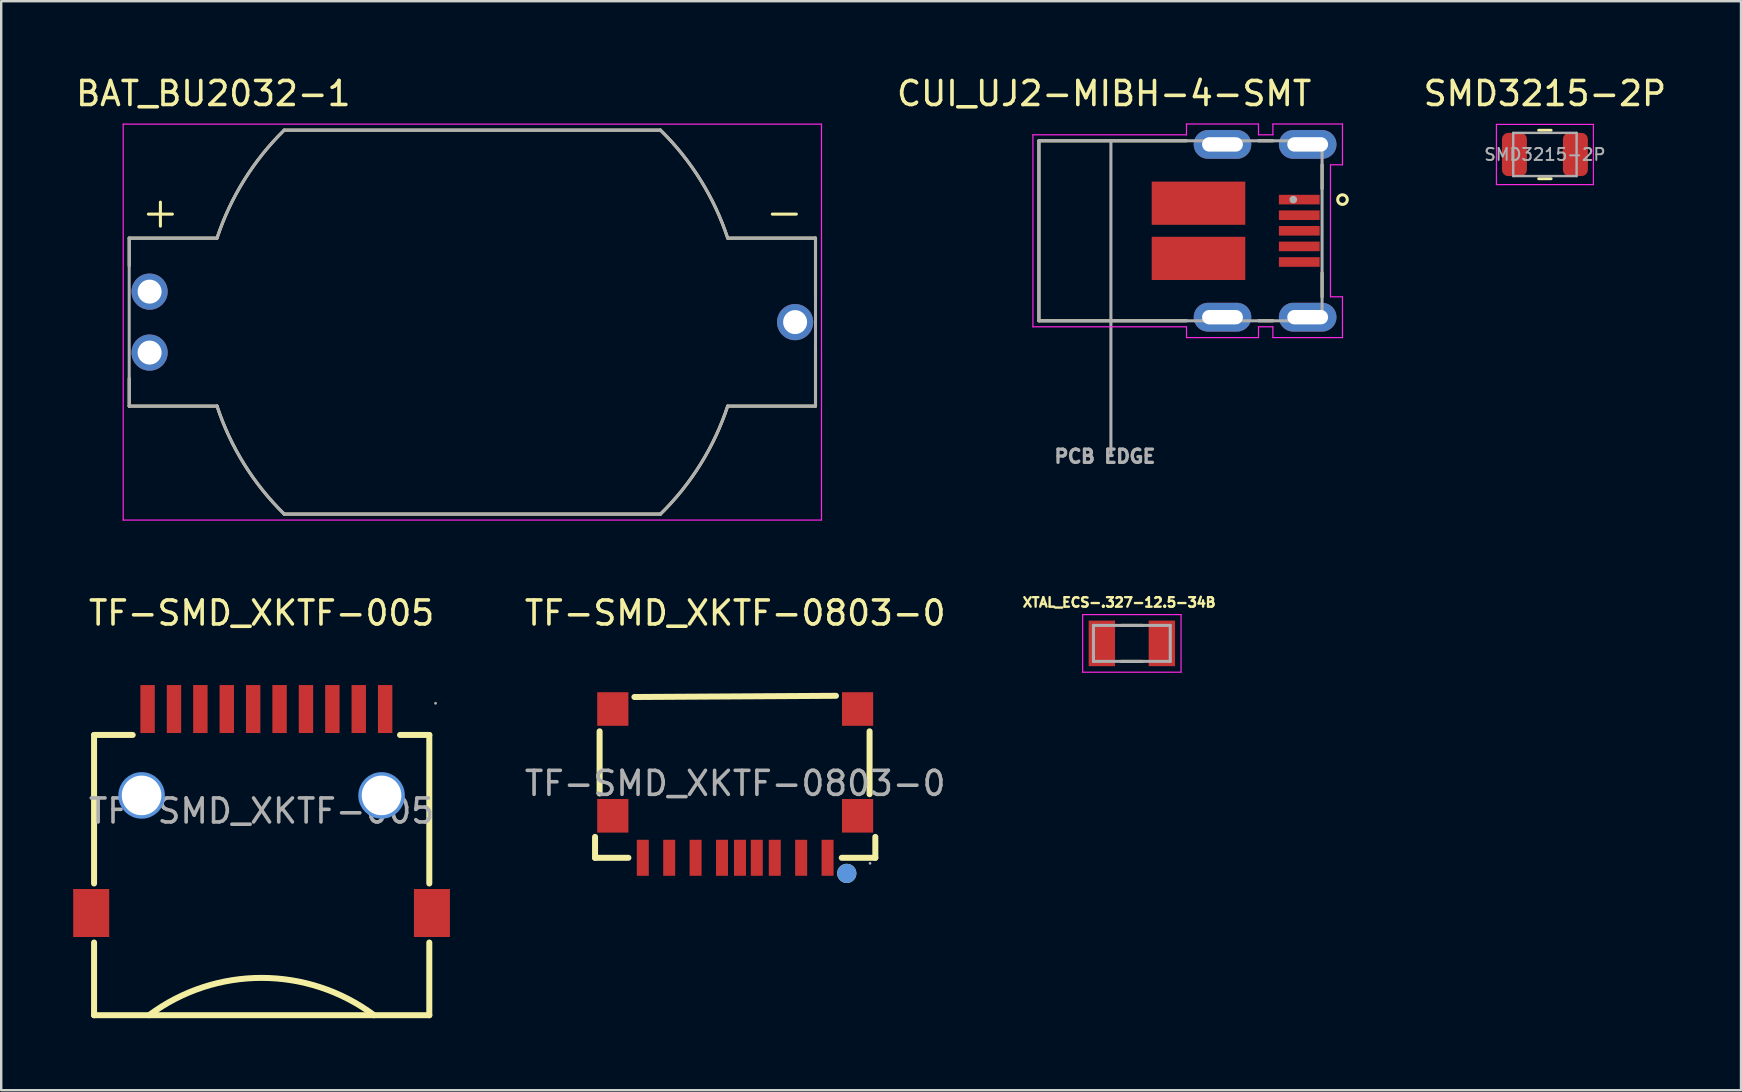
<source format=kicad_pcb>
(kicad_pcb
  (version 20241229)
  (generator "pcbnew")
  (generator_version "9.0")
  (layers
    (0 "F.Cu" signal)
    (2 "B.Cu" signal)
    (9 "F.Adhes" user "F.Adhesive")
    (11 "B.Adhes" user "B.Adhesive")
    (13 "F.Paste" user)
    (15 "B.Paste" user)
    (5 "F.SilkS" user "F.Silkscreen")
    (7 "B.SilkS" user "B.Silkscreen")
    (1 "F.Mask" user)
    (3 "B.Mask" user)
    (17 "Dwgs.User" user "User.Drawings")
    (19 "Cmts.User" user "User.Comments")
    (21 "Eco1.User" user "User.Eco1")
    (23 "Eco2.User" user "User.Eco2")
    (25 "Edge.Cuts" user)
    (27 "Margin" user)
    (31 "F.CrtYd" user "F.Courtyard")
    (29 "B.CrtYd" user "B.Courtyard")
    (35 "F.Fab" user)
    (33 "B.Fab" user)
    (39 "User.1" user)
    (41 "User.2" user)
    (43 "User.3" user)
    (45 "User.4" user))
  (footprint "SMD3215-2P"
    (layer "F.Cu")
    (at 61.33 3.388)
    (property "Reference" "SMD3215-2P" (at 0 -2.54 0) (layer "F.SilkS") (effects (font (size 1 1) (thickness 0.15))))
    (attr smd)
    (fp_line (start -0.261 -1.01) (end 0.261 -1.01) (stroke (width 0.12) (type solid)) (layer "F.SilkS"))
    (fp_line (start -0.261 1.01) (end 0.261 1.01) (stroke (width 0.12) (type solid)) (layer "F.SilkS"))
    (fp_line (start -2.02 -1.255) (end 2.02 -1.255) (stroke (width 0.05) (type solid)) (layer "F.CrtYd"))
    (fp_line (start -2.02 1.255) (end -2.02 -1.255) (stroke (width 0.05) (type solid)) (layer "F.CrtYd"))
    (fp_line (start 2.02 -1.255) (end 2.02 1.255) (stroke (width 0.05) (type solid)) (layer "F.CrtYd"))
    (fp_line (start 2.02 1.255) (end -2.02 1.255) (stroke (width 0.05) (type solid)) (layer "F.CrtYd"))
    (fp_line (start -1.32 -0.9) (end 1.32 -0.9) (stroke (width 0.1) (type solid)) (layer "F.Fab"))
    (fp_line (start -1.32 0.9) (end -1.32 -0.9) (stroke (width 0.1) (type solid)) (layer "F.Fab"))
    (fp_line (start 1.32 -0.9) (end 1.32 0.9) (stroke (width 0.1) (type solid)) (layer "F.Fab"))
    (fp_line (start 1.32 0.9) (end -1.32 0.9) (stroke (width 0.1) (type solid)) (layer "F.Fab"))
    (fp_text user "${REFERENCE}" (at 0 0 0) (layer "F.Fab") (effects (font (size 0.5 0.5) (thickness 0.08))))
    (pad "1" smd roundrect (at -1.27 0) (size 1.04 1.8) (layers "F.Cu" "F.Mask" "F.Paste") (roundrect_rratio 0.25))
    (pad "2" smd roundrect (at 1.27 0) (size 1.04 1.8) (layers "F.Cu" "F.Mask" "F.Paste") (roundrect_rratio 0.25)))
  (footprint "CUI_UJ2-MIBH-4-SMT"
    (layer "F.Cu")
    (at 51.094 5.298)
    (property "Reference" "CUI_UJ2-MIBH-4-SMT" (at -8.132 -4.449 0) (layer "F.SilkS") (effects (font (size 1.001 1.001) (thickness 0.15))))
    (attr smd)
    (fp_line (start -10.85 -2.48) (end -10.85 5.02) (stroke (width 0.127) (type solid)) (layer "F.SilkS"))
    (fp_line (start -10.85 -2.48) (end -4.7 -2.48) (stroke (width 0.127) (type solid)) (layer "F.SilkS"))
    (fp_line (start -10.85 5.02) (end -4.7 5.02) (stroke (width 0.127) (type solid)) (layer "F.SilkS"))
    (fp_line (start -1.7 -2.48) (end -1.1 -2.48) (stroke (width 0.127) (type solid)) (layer "F.SilkS"))
    (fp_line (start -1.7 5.02) (end -1.1 5.02) (stroke (width 0.127) (type solid)) (layer "F.SilkS"))
    (fp_line (start 0.95 -1.48) (end 0.95 -0.48) (stroke (width 0.127) (type solid)) (layer "F.SilkS"))
    (fp_line (start 0.95 3.02) (end 0.95 4.02) (stroke (width 0.127) (type solid)) (layer "F.SilkS"))
    (fp_circle (center 1.8 -0.03) (end 2 -0.03) (stroke (width 0.127) (type solid)) (fill no) (layer "F.SilkS"))
    (fp_line (start -11.1 -2.73) (end -4.7 -2.73) (stroke (width 0.05) (type solid)) (layer "F.CrtYd"))
    (fp_line (start -11.1 5.27) (end -11.1 -2.73) (stroke (width 0.05) (type solid)) (layer "F.CrtYd"))
    (fp_line (start -4.7 -3.18) (end -1.7 -3.18) (stroke (width 0.05) (type solid)) (layer "F.CrtYd"))
    (fp_line (start -4.7 -2.73) (end -4.7 -3.18) (stroke (width 0.05) (type solid)) (layer "F.CrtYd"))
    (fp_line (start -4.7 5.27) (end -11.1 5.27) (stroke (width 0.05) (type solid)) (layer "F.CrtYd"))
    (fp_line (start -4.7 5.72) (end -4.7 5.27) (stroke (width 0.05) (type solid)) (layer "F.CrtYd"))
    (fp_line (start -1.7 -3.18) (end -1.7 -2.73) (stroke (width 0.05) (type solid)) (layer "F.CrtYd"))
    (fp_line (start -1.7 -2.73) (end -1.1 -2.73) (stroke (width 0.05) (type solid)) (layer "F.CrtYd"))
    (fp_line (start -1.7 5.27) (end -1.7 5.72) (stroke (width 0.05) (type solid)) (layer "F.CrtYd"))
    (fp_line (start -1.7 5.72) (end -4.7 5.72) (stroke (width 0.05) (type solid)) (layer "F.CrtYd"))
    (fp_line (start -1.1 -3.18) (end 1.8 -3.18) (stroke (width 0.05) (type solid)) (layer "F.CrtYd"))
    (fp_line (start -1.1 -2.73) (end -1.1 -3.18) (stroke (width 0.05) (type solid)) (layer "F.CrtYd"))
    (fp_line (start -1.1 5.27) (end -1.7 5.27) (stroke (width 0.05) (type solid)) (layer "F.CrtYd"))
    (fp_line (start -1.1 5.72) (end -1.1 5.27) (stroke (width 0.05) (type solid)) (layer "F.CrtYd"))
    (fp_line (start 1.3 -1.48) (end 1.3 4.02) (stroke (width 0.05) (type solid)) (layer "F.CrtYd"))
    (fp_line (start 1.3 4.02) (end 1.8 4.02) (stroke (width 0.05) (type solid)) (layer "F.CrtYd"))
    (fp_line (start 1.8 -3.18) (end 1.8 -1.48) (stroke (width 0.05) (type solid)) (layer "F.CrtYd"))
    (fp_line (start 1.8 -1.48) (end 1.3 -1.48) (stroke (width 0.05) (type solid)) (layer "F.CrtYd"))
    (fp_line (start 1.8 4.02) (end 1.8 5.72) (stroke (width 0.05) (type solid)) (layer "F.CrtYd"))
    (fp_line (start 1.8 5.72) (end -1.1 5.72) (stroke (width 0.05) (type solid)) (layer "F.CrtYd"))
    (fp_line (start -10.85 -2.48) (end -7.85 -2.48) (stroke (width 0.127) (type solid)) (layer "F.Fab"))
    (fp_line (start -10.85 5.02) (end -10.85 -2.48) (stroke (width 0.127) (type solid)) (layer "F.Fab"))
    (fp_line (start -7.85 -2.48) (end -7.85 10.52) (stroke (width 0.127) (type solid)) (layer "F.Fab"))
    (fp_line (start -7.85 -2.48) (end 0.95 -2.48) (stroke (width 0.127) (type solid)) (layer "F.Fab"))
    (fp_line (start 0.95 -2.48) (end 0.95 5.02) (stroke (width 0.127) (type solid)) (layer "F.Fab"))
    (fp_line (start 0.95 5.02) (end -10.85 5.02) (stroke (width 0.127) (type solid)) (layer "F.Fab"))
    (fp_circle (center -0.25 -0.03) (end -0.17 -0.03) (stroke (width 0.16) (type solid)) (fill no) (layer "F.Fab"))
    (fp_text user "PCB EDGE" (at -8.1 10.671 0) (layer "F.Fab") (effects (font (size 0.551 0.551) (thickness 0.15))))
    (pad "1" smd rect (at 0 -0.03) (size 1.7 0.4) (layers "F.Cu" "F.Mask" "F.Paste"))
    (pad "2" smd rect (at 0 0.62) (size 1.7 0.4) (layers "F.Cu" "F.Mask" "F.Paste"))
    (pad "3" smd rect (at 0 1.27) (size 1.7 0.4) (layers "F.Cu" "F.Mask" "F.Paste"))
    (pad "4" smd rect (at 0 1.92) (size 1.7 0.4) (layers "F.Cu" "F.Mask" "F.Paste"))
    (pad "5" smd rect (at 0 2.57) (size 1.7 0.4) (layers "F.Cu" "F.Mask" "F.Paste"))
    (pad "SH1" thru_hole oval (at -3.2 -2.33) (size 2.4 1.2) (drill oval 1.7 0.6) (layers "*.Cu" "*.Mask"))
    (pad "SH2" thru_hole oval (at 0.35 -2.33) (size 2.4 1.2) (drill oval 1.7 0.6) (layers "*.Cu" "*.Mask"))
    (pad "SH3" smd rect (at -4.2 0.12) (size 3.9 1.8) (layers "F.Cu" "F.Mask" "F.Paste"))
    (pad "SH4" smd rect (at -4.2 2.42) (size 3.9 1.8) (layers "F.Cu" "F.Mask" "F.Paste"))
    (pad "SH5" thru_hole oval (at -3.2 4.87) (size 2.4 1.2) (drill oval 1.7 0.6) (layers "*.Cu" "*.Mask"))
    (pad "SH6" thru_hole oval (at 0.35 4.87) (size 2.4 1.2) (drill oval 1.7 0.6) (layers "*.Cu" "*.Mask")))
  (footprint "TF-SMD_XKTF-0803-0"
    (layer "F.Cu")
    (at 27.587 29.596)
    (property "Reference" "TF-SMD_XKTF-0803-0" (at 0 -7.1 0) (layer "F.SilkS") (effects (font (size 1 1) (thickness 0.15))))
    (attr through_hole)
    (fp_line (start -5.84 3.1) (end -5.84 2.23) (stroke (width 0.25) (type solid)) (layer "F.SilkS"))
    (fp_line (start -5.65 0.42) (end -5.65 -2.17) (stroke (width 0.25) (type solid)) (layer "F.SilkS"))
    (fp_line (start -4.45 3.1) (end -5.84 3.1) (stroke (width 0.25) (type solid)) (layer "F.SilkS"))
    (fp_line (start -4.2 -3.6) (end 4.2 -3.65) (stroke (width 0.25) (type solid)) (layer "F.SilkS"))
    (fp_line (start 5.6 -2.17) (end 5.6 0.45) (stroke (width 0.25) (type solid)) (layer "F.SilkS"))
    (fp_line (start 5.84 2.23) (end 5.84 3.1) (stroke (width 0.25) (type solid)) (layer "F.SilkS"))
    (fp_line (start 5.84 3.1) (end 4.44 3.1) (stroke (width 0.25) (type solid)) (layer "F.SilkS"))
    (fp_circle (center 4.65 3.75) (end 4.85 3.75) (stroke (width 0.4) (type solid)) (fill no) (layer "F.SilkS"))
    (fp_circle (center 4.65 3.75) (end 4.85 3.75) (stroke (width 0.4) (type solid)) (fill no) (layer "Cmts.User"))
    (fp_circle (center 5.62 3.33) (end 5.65 3.33) (stroke (width 0.06) (type solid)) (fill no) (layer "F.Fab"))
    (fp_text user "${REFERENCE}" (at 0 0 0) (layer "F.Fab") (effects (font (size 1 1) (thickness 0.15))))
    (pad "1" smd rect (at 3.85 3.1) (size 0.5 1.5) (layers "F.Cu" "F.Mask" "F.Paste"))
    (pad "2" smd rect (at 2.75 3.1) (size 0.5 1.5) (layers "F.Cu" "F.Mask" "F.Paste"))
    (pad "3" smd rect (at 1.65 3.1) (size 0.5 1.5) (layers "F.Cu" "F.Mask" "F.Paste"))
    (pad "4" smd rect (at 0.9 3.1) (size 0.5 1.5) (layers "F.Cu" "F.Mask" "F.Paste"))
    (pad "5" smd rect (at -0.55 3.1) (size 0.5 1.5) (layers "F.Cu" "F.Mask" "F.Paste"))
    (pad "6" smd rect (at -1.65 3.1) (size 0.5 1.5) (layers "F.Cu" "F.Mask" "F.Paste"))
    (pad "7" smd rect (at -2.75 3.1) (size 0.5 1.5) (layers "F.Cu" "F.Mask" "F.Paste"))
    (pad "8" smd rect (at -3.85 3.1) (size 0.5 1.5) (layers "F.Cu" "F.Mask" "F.Paste"))
    (pad "9" smd rect (at 0.2 3.1) (size 0.5 1.5) (layers "F.Cu" "F.Mask" "F.Paste"))
    (pad "10" smd rect (at -5.1 1.35) (size 1.3 1.4) (layers "F.Cu" "F.Mask" "F.Paste"))
    (pad "11" smd rect (at -5.1 -3.1) (size 1.3 1.4) (layers "F.Cu" "F.Mask" "F.Paste"))
    (pad "12" smd rect (at 5.1 -3.1) (size 1.3 1.4) (layers "F.Cu" "F.Mask" "F.Paste"))
    (pad "13" smd rect (at 5.1 1.35) (size 1.3 1.4) (layers "F.Cu" "F.Mask" "F.Paste")))
  (footprint "TF-SMD_XKTF-005"
    (layer "F.Cu")
    (at 7.85 30.747)
    (property "Reference" "TF-SMD_XKTF-005" (at 0 -8.25 0) (layer "F.SilkS") (effects (font (size 1 1) (thickness 0.15))))
    (attr through_hole)
    (fp_line (start -6.98 -3.17) (end -5.37 -3.17) (stroke (width 0.25) (type solid)) (layer "F.SilkS"))
    (fp_line (start -6.98 3.02) (end -6.98 -3.17) (stroke (width 0.25) (type solid)) (layer "F.SilkS"))
    (fp_line (start -6.98 8.51) (end -6.98 5.48) (stroke (width 0.25) (type solid)) (layer "F.SilkS"))
    (fp_line (start 5.77 -3.17) (end 6.99 -3.17) (stroke (width 0.25) (type solid)) (layer "F.SilkS"))
    (fp_line (start 6.99 -3.17) (end 6.99 3.02) (stroke (width 0.25) (type solid)) (layer "F.SilkS"))
    (fp_line (start 6.99 5.48) (end 6.99 8.51) (stroke (width 0.25) (type solid)) (layer "F.SilkS"))
    (fp_line (start 6.99 8.51) (end -6.98 8.51) (stroke (width 0.25) (type solid)) (layer "F.SilkS"))
    (fp_arc (start -4.685774 8.506851) (mid 0.002635 6.953969) (end 4.69 8.51) (stroke (width 0.25) (type solid)) (layer "F.SilkS"))
    (fp_circle (center -5 -0.65) (end -4.68 -0.65) (stroke (width 0.65) (type solid)) (fill no) (layer "Cmts.User"))
    (fp_circle (center 5 -0.65) (end 5.32 -0.65) (stroke (width 0.65) (type solid)) (fill no) (layer "Cmts.User"))
    (fp_circle (center 7.25 -4.49) (end 7.28 -4.49) (stroke (width 0.06) (type solid)) (fill no) (layer "F.Fab"))
    (fp_text user "${REFERENCE}" (at 0 0 0) (layer "F.Fab") (effects (font (size 1 1) (thickness 0.15))))
    (pad "" thru_hole circle (at -5 -0.65) (size 1.65 1.65) (drill 1.65) (layers "*.Cu" "*.Mask"))
    (pad "" thru_hole circle (at 5 -0.65) (size 1.65 1.65) (drill 1.65) (layers "*.Cu" "*.Mask"))
    (pad "1" smd rect (at 2.95 -4.25) (size 0.6 2) (layers "F.Cu" "F.Mask" "F.Paste"))
    (pad "2" smd rect (at 1.85 -4.25) (size 0.6 2) (layers "F.Cu" "F.Mask" "F.Paste"))
    (pad "3" smd rect (at 0.75 -4.25) (size 0.6 2) (layers "F.Cu" "F.Mask" "F.Paste"))
    (pad "4" smd rect (at -0.35 -4.25) (size 0.6 2) (layers "F.Cu" "F.Mask" "F.Paste"))
    (pad "5" smd rect (at -1.45 -4.25) (size 0.6 2) (layers "F.Cu" "F.Mask" "F.Paste"))
    (pad "6" smd rect (at -2.55 -4.25) (size 0.6 2) (layers "F.Cu" "F.Mask" "F.Paste"))
    (pad "7" smd rect (at -3.65 -4.25) (size 0.6 2) (layers "F.Cu" "F.Mask" "F.Paste"))
    (pad "8" smd rect (at -4.75 -4.25) (size 0.6 2) (layers "F.Cu" "F.Mask" "F.Paste"))
    (pad "9" smd rect (at 4.05 -4.25) (size 0.6 2) (layers "F.Cu" "F.Mask" "F.Paste"))
    (pad "10" smd rect (at 5.15 -4.25) (size 0.6 2) (layers "F.Cu" "F.Mask" "F.Paste"))
    (pad "11" smd rect (at -7.1 4.25) (size 1.5 2) (layers "F.Cu" "F.Mask" "F.Paste"))
    (pad "12" smd rect (at 7.1 4.25) (size 1.5 2) (layers "F.Cu" "F.Mask" "F.Paste")))
  (footprint "XTAL_ECS-.327-12.5-34B"
    (layer "F.Cu")
    (at 44.117 23.761)
    (property "Reference" "XTAL_ECS-.327-12.5-34B" (at -0.53 -1.708 0) (layer "F.SilkS") (effects (font (size 0.395 0.395) (thickness 0.15))))
    (attr smd)
    (fp_line (start -0.44 -0.75) (end 0.44 -0.75) (stroke (width 0.127) (type solid)) (layer "F.SilkS"))
    (fp_line (start -0.44 0.75) (end 0.44 0.75) (stroke (width 0.127) (type solid)) (layer "F.SilkS"))
    (fp_line (start -2.05 -1.2) (end 2.05 -1.2) (stroke (width 0.05) (type solid)) (layer "F.CrtYd"))
    (fp_line (start -2.05 1.2) (end -2.05 -1.2) (stroke (width 0.05) (type solid)) (layer "F.CrtYd"))
    (fp_line (start 2.05 -1.2) (end 2.05 1.2) (stroke (width 0.05) (type solid)) (layer "F.CrtYd"))
    (fp_line (start 2.05 1.2) (end -2.05 1.2) (stroke (width 0.05) (type solid)) (layer "F.CrtYd"))
    (fp_line (start -1.6 -0.75) (end -1.6 0.75) (stroke (width 0.127) (type solid)) (layer "F.Fab"))
    (fp_line (start -1.6 0.75) (end 1.6 0.75) (stroke (width 0.127) (type solid)) (layer "F.Fab"))
    (fp_line (start 1.6 -0.75) (end -1.6 -0.75) (stroke (width 0.127) (type solid)) (layer "F.Fab"))
    (fp_line (start 1.6 0.75) (end 1.6 -0.75) (stroke (width 0.127) (type solid)) (layer "F.Fab"))
    (pad "1" smd rect (at -1.25 0 180) (size 1.1 1.9) (layers "F.Cu" "F.Mask" "F.Paste"))
    (pad "2" smd rect (at 1.25 0 180) (size 1.1 1.9) (layers "F.Cu" "F.Mask" "F.Paste")))
  (footprint "BAT_BU2032-1"
    (layer "F.Cu")
    (at 16.634 10.373)
    (property "Reference" "BAT_BU2032-1" (at -10.795 -9.525 0) (layer "F.SilkS") (effects (font (size 1 1) (thickness 0.15))))
    (attr through_hole)
    (fp_line (start -14.3 -3.5) (end -14.3 -2.345) (stroke (width 0.127) (type solid)) (layer "F.SilkS"))
    (fp_line (start -14.3 -3.5) (end -10.64 -3.5) (stroke (width 0.127) (type solid)) (layer "F.SilkS"))
    (fp_line (start -14.3 3.5) (end -14.3 2.345) (stroke (width 0.127) (type solid)) (layer "F.SilkS"))
    (fp_line (start -14.3 3.5) (end -10.64 3.5) (stroke (width 0.127) (type solid)) (layer "F.SilkS"))
    (fp_line (start -13.5 -4.5) (end -12.5 -4.5) (stroke (width 0.127) (type solid)) (layer "F.SilkS"))
    (fp_line (start -13 -5) (end -13 -4) (stroke (width 0.127) (type solid)) (layer "F.SilkS"))
    (fp_line (start -7.84 -8) (end 7.84 -8) (stroke (width 0.127) (type solid)) (layer "F.SilkS"))
    (fp_line (start -7.84 8) (end 7.84 8) (stroke (width 0.127) (type solid)) (layer "F.SilkS"))
    (fp_line (start 12.5 -4.5) (end 13.5 -4.5) (stroke (width 0.127) (type solid)) (layer "F.SilkS"))
    (fp_line (start 14.3 -3.5) (end 10.64 -3.5) (stroke (width 0.127) (type solid)) (layer "F.SilkS"))
    (fp_line (start 14.3 -3.5) (end 14.3 -1.07) (stroke (width 0.127) (type solid)) (layer "F.SilkS"))
    (fp_line (start 14.3 3.5) (end 10.64 3.5) (stroke (width 0.127) (type solid)) (layer "F.SilkS"))
    (fp_line (start 14.3 3.5) (end 14.3 1.07) (stroke (width 0.127) (type solid)) (layer "F.SilkS"))
    (fp_arc (start -10.64 -3.5) (mid -9.50994 -5.917963) (end -7.84 -8) (stroke (width 0.127) (type solid)) (layer "F.SilkS"))
    (fp_arc (start -7.84 8) (mid -9.509972 5.917983) (end -10.64 3.5) (stroke (width 0.127) (type solid)) (layer "F.SilkS"))
    (fp_arc (start 7.84 -8) (mid 9.509972 -5.917983) (end 10.64 -3.5) (stroke (width 0.127) (type solid)) (layer "F.SilkS"))
    (fp_arc (start 10.64 3.5) (mid 9.50994 5.917963) (end 7.84 8) (stroke (width 0.127) (type solid)) (layer "F.SilkS"))
    (fp_line (start -14.55 -8.25) (end 14.55 -8.25) (stroke (width 0.05) (type solid)) (layer "F.CrtYd"))
    (fp_line (start -14.55 8.25) (end -14.55 -8.25) (stroke (width 0.05) (type solid)) (layer "F.CrtYd"))
    (fp_line (start 14.55 -8.25) (end 14.55 8.25) (stroke (width 0.05) (type solid)) (layer "F.CrtYd"))
    (fp_line (start 14.55 8.25) (end -14.55 8.25) (stroke (width 0.05) (type solid)) (layer "F.CrtYd"))
    (fp_line (start -14.3 -3.5) (end -14.3 3.5) (stroke (width 0.127) (type solid)) (layer "F.Fab"))
    (fp_line (start -14.3 -3.5) (end -10.64 -3.5) (stroke (width 0.127) (type solid)) (layer "F.Fab"))
    (fp_line (start -14.3 3.5) (end -10.64 3.5) (stroke (width 0.127) (type solid)) (layer "F.Fab"))
    (fp_line (start -7.84 -8) (end 7.84 -8) (stroke (width 0.127) (type solid)) (layer "F.Fab"))
    (fp_line (start -7.84 8) (end 7.84 8) (stroke (width 0.127) (type solid)) (layer "F.Fab"))
    (fp_line (start 14.3 -3.5) (end 10.64 -3.5) (stroke (width 0.127) (type solid)) (layer "F.Fab"))
    (fp_line (start 14.3 -3.5) (end 14.3 3.5) (stroke (width 0.127) (type solid)) (layer "F.Fab"))
    (fp_line (start 14.3 3.5) (end 10.64 3.5) (stroke (width 0.127) (type solid)) (layer "F.Fab"))
    (fp_arc (start -10.64 -3.5) (mid -9.50994 -5.917963) (end -7.84 -8) (stroke (width 0.127) (type solid)) (layer "F.Fab"))
    (fp_arc (start -7.84 8) (mid -9.509972 5.917983) (end -10.64 3.5) (stroke (width 0.127) (type solid)) (layer "F.Fab"))
    (fp_arc (start 7.84 -8) (mid 9.509972 -5.917983) (end 10.64 -3.5) (stroke (width 0.127) (type solid)) (layer "F.Fab"))
    (fp_arc (start 10.64 3.5) (mid 9.50994 5.917963) (end 7.84 8) (stroke (width 0.127) (type solid)) (layer "F.Fab"))
    (pad "-" thru_hole circle (at 13.45 0) (size 1.508 1.508) (drill 1) (layers "*.Cu" "*.Mask"))
    (pad "S1+" thru_hole circle (at -13.45 -1.27) (size 1.508 1.508) (drill 1) (layers "*.Cu" "*.Mask"))
    (pad "S2+" thru_hole circle (at -13.45 1.27) (size 1.508 1.508) (drill 1) (layers "*.Cu" "*.Mask")))
  (gr_rect
    (start -3 -3)
    (end 69.502 42.382)
    (stroke (width 0.1) (type default))
    (fill no)
    (layer "Edge.Cuts")))
</source>
